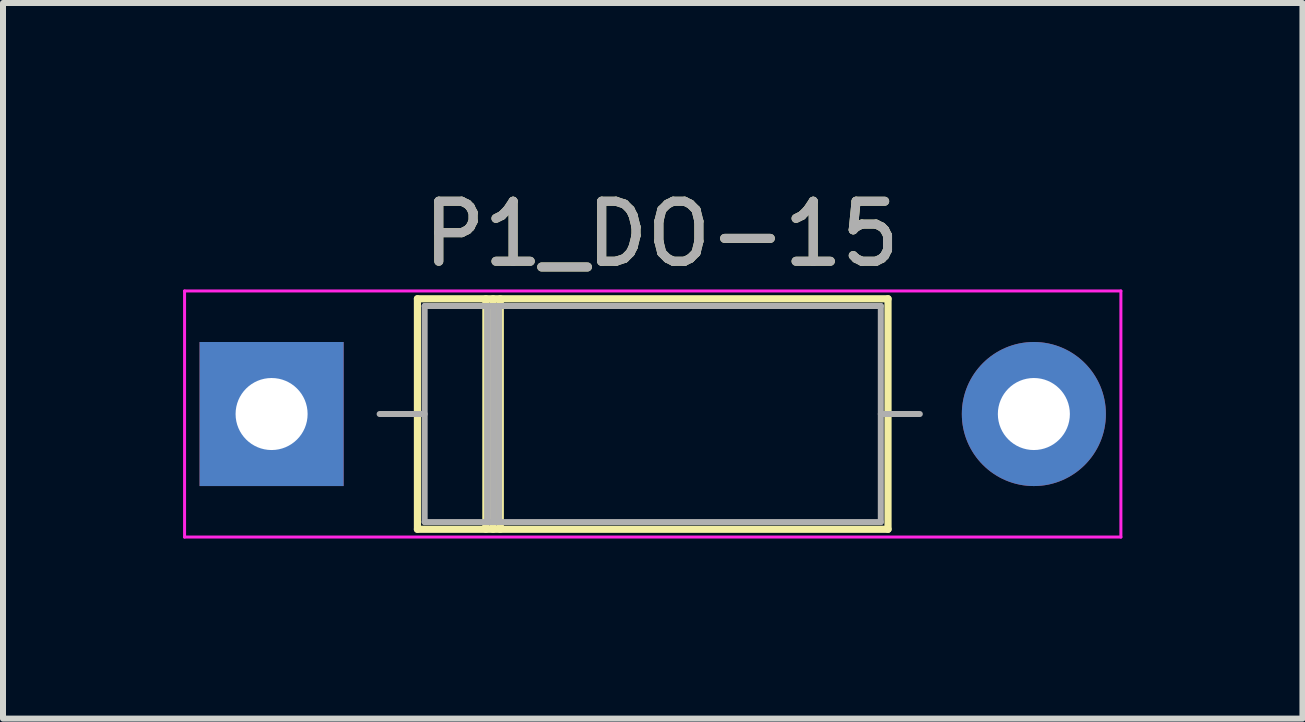
<source format=kicad_pcb>
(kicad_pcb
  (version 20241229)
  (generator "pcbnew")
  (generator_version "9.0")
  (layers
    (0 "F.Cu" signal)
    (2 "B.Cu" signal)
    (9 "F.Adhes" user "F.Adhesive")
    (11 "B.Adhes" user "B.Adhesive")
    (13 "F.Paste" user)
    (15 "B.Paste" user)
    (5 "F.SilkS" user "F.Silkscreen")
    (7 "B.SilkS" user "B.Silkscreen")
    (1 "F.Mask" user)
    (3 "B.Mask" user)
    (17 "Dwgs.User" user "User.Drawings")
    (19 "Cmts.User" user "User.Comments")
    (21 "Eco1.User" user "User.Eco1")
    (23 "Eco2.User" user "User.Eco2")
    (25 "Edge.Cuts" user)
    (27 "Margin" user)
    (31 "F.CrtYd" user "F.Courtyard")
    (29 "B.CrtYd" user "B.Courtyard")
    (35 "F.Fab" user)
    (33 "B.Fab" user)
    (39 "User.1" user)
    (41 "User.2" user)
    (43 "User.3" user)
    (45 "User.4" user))
  (footprint "P1_DO-15"
    (layer "F.Cu")
    (at 1.475 3.848)
    (property "Reference" "P1_DO-15" (at 6.5 -3 0) (layer "F.SilkS") (effects (font (size 1 1) (thickness 0.15))))
    (attr through_hole)
    (fp_line (start 2.43 -1.92) (end 2.43 1.92) (stroke (width 0.12) (type solid)) (layer "F.SilkS"))
    (fp_line (start 2.43 1.92) (end 10.27 1.92) (stroke (width 0.12) (type solid)) (layer "F.SilkS"))
    (fp_line (start 3.57 -1.92) (end 3.57 1.92) (stroke (width 0.12) (type solid)) (layer "F.SilkS"))
    (fp_line (start 3.69 -1.92) (end 3.69 1.92) (stroke (width 0.12) (type solid)) (layer "F.SilkS"))
    (fp_line (start 3.81 -1.92) (end 3.81 1.92) (stroke (width 0.12) (type solid)) (layer "F.SilkS"))
    (fp_line (start 10.27 -1.92) (end 2.43 -1.92) (stroke (width 0.12) (type solid)) (layer "F.SilkS"))
    (fp_line (start 10.27 1.92) (end 10.27 -1.92) (stroke (width 0.12) (type solid)) (layer "F.SilkS"))
    (fp_line (start -1.45 -2.05) (end -1.45 2.05) (stroke (width 0.05) (type solid)) (layer "F.CrtYd"))
    (fp_line (start -1.45 2.05) (end 14.15 2.05) (stroke (width 0.05) (type solid)) (layer "F.CrtYd"))
    (fp_line (start 14.15 -2.05) (end -1.45 -2.05) (stroke (width 0.05) (type solid)) (layer "F.CrtYd"))
    (fp_line (start 14.15 2.05) (end 14.15 -2.05) (stroke (width 0.05) (type solid)) (layer "F.CrtYd"))
    (fp_line (start 1.8 0) (end 2.55 0) (stroke (width 0.1) (type solid)) (layer "F.Fab"))
    (fp_line (start 2.55 -1.8) (end 2.55 1.8) (stroke (width 0.1) (type solid)) (layer "F.Fab"))
    (fp_line (start 2.55 1.8) (end 10.15 1.8) (stroke (width 0.1) (type solid)) (layer "F.Fab"))
    (fp_line (start 3.59 -1.8) (end 3.59 1.8) (stroke (width 0.1) (type solid)) (layer "F.Fab"))
    (fp_line (start 3.69 -1.8) (end 3.69 1.8) (stroke (width 0.1) (type solid)) (layer "F.Fab"))
    (fp_line (start 3.79 -1.8) (end 3.79 1.8) (stroke (width 0.1) (type solid)) (layer "F.Fab"))
    (fp_line (start 10.15 -1.8) (end 2.55 -1.8) (stroke (width 0.1) (type solid)) (layer "F.Fab"))
    (fp_line (start 10.15 1.8) (end 10.15 -1.8) (stroke (width 0.1) (type solid)) (layer "F.Fab"))
    (fp_line (start 10.8 0) (end 10.15 0) (stroke (width 0.1) (type solid)) (layer "F.Fab"))
    (fp_text user "${REFERENCE}" (at 6.5 -3 0) (layer "F.Fab") (effects (font (size 1 1) (thickness 0.15))))
    (pad "1" thru_hole rect (at 0 0) (size 2.4 2.4) (drill 1.2) (layers "*.Cu" "*.Mask"))
    (pad "2" thru_hole oval (at 12.7 0) (size 2.4 2.4) (drill 1.2) (layers "*.Cu" "*.Mask")))
  (gr_rect
    (start -3 -3)
    (end 18.65 8.923)
    (stroke (width 0.1) (type default))
    (fill no)
    (layer "Edge.Cuts")))
</source>
